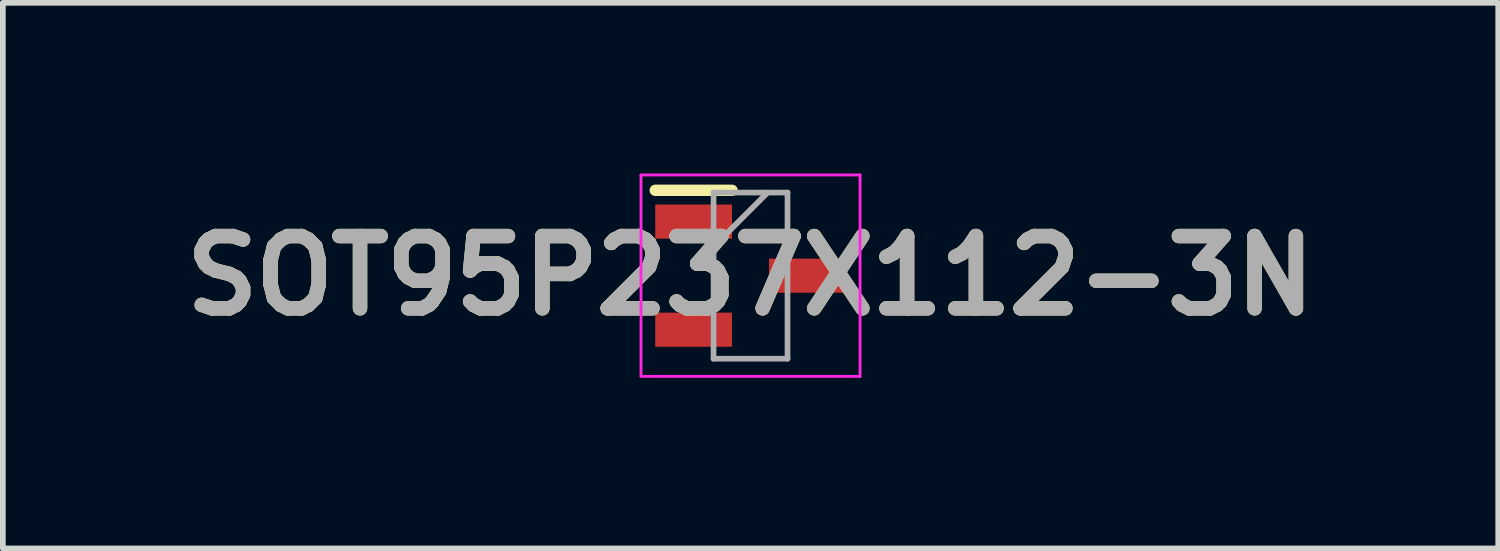
<source format=kicad_pcb>
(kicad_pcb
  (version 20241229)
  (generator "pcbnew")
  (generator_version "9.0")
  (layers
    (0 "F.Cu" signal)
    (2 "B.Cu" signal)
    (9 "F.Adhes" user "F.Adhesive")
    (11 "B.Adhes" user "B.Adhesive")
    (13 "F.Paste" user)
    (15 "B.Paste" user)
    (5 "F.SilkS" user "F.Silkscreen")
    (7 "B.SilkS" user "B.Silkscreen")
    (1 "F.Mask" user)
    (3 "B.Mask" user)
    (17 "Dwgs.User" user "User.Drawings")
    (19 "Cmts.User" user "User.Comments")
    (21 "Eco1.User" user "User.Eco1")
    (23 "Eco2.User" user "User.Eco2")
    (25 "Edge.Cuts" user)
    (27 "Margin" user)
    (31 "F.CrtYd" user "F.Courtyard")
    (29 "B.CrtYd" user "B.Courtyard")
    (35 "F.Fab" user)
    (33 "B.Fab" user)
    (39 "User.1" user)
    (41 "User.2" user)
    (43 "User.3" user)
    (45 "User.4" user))
  (footprint "SOT95P237X112-3N"
    (layer "F.Cu")
    (at 10.142 1.795)
    (property "Reference" "SOT95P237X112-3N" (at 0 0 0) (layer "F.SilkS") (effects (font (size 1.27 1.27) (thickness 0.254))))
    (attr smd)
    (fp_line (start -1.675 -1.5) (end -0.325 -1.5) (stroke (width 0.2) (type solid)) (layer "F.SilkS"))
    (fp_line (start -1.925 -1.77) (end 1.925 -1.77) (stroke (width 0.05) (type solid)) (layer "F.CrtYd"))
    (fp_line (start -1.925 1.77) (end -1.925 -1.77) (stroke (width 0.05) (type solid)) (layer "F.CrtYd"))
    (fp_line (start 1.925 -1.77) (end 1.925 1.77) (stroke (width 0.05) (type solid)) (layer "F.CrtYd"))
    (fp_line (start 1.925 1.77) (end -1.925 1.77) (stroke (width 0.05) (type solid)) (layer "F.CrtYd"))
    (fp_line (start -0.65 -1.46) (end 0.65 -1.46) (stroke (width 0.1) (type solid)) (layer "F.Fab"))
    (fp_line (start -0.65 -0.51) (end 0.3 -1.46) (stroke (width 0.1) (type solid)) (layer "F.Fab"))
    (fp_line (start -0.65 1.46) (end -0.65 -1.46) (stroke (width 0.1) (type solid)) (layer "F.Fab"))
    (fp_line (start 0.65 -1.46) (end 0.65 1.46) (stroke (width 0.1) (type solid)) (layer "F.Fab"))
    (fp_line (start 0.65 1.46) (end -0.65 1.46) (stroke (width 0.1) (type solid)) (layer "F.Fab"))
    (fp_text user "${REFERENCE}" (at 0 0 0) (layer "F.Fab") (effects (font (size 1.27 1.27) (thickness 0.254))))
    (pad "1" smd rect (at -1 -0.95 90) (size 0.6 1.35) (layers "F.Cu" "F.Mask" "F.Paste"))
    (pad "2" smd rect (at -1 0.95 90) (size 0.6 1.35) (layers "F.Cu" "F.Mask" "F.Paste"))
    (pad "3" smd rect (at 1 0 90) (size 0.6 1.35) (layers "F.Cu" "F.Mask" "F.Paste")))
  (gr_rect
    (start -3 -3)
    (end 23.284 6.59)
    (stroke (width 0.1) (type default))
    (fill no)
    (layer "Edge.Cuts")))
</source>
